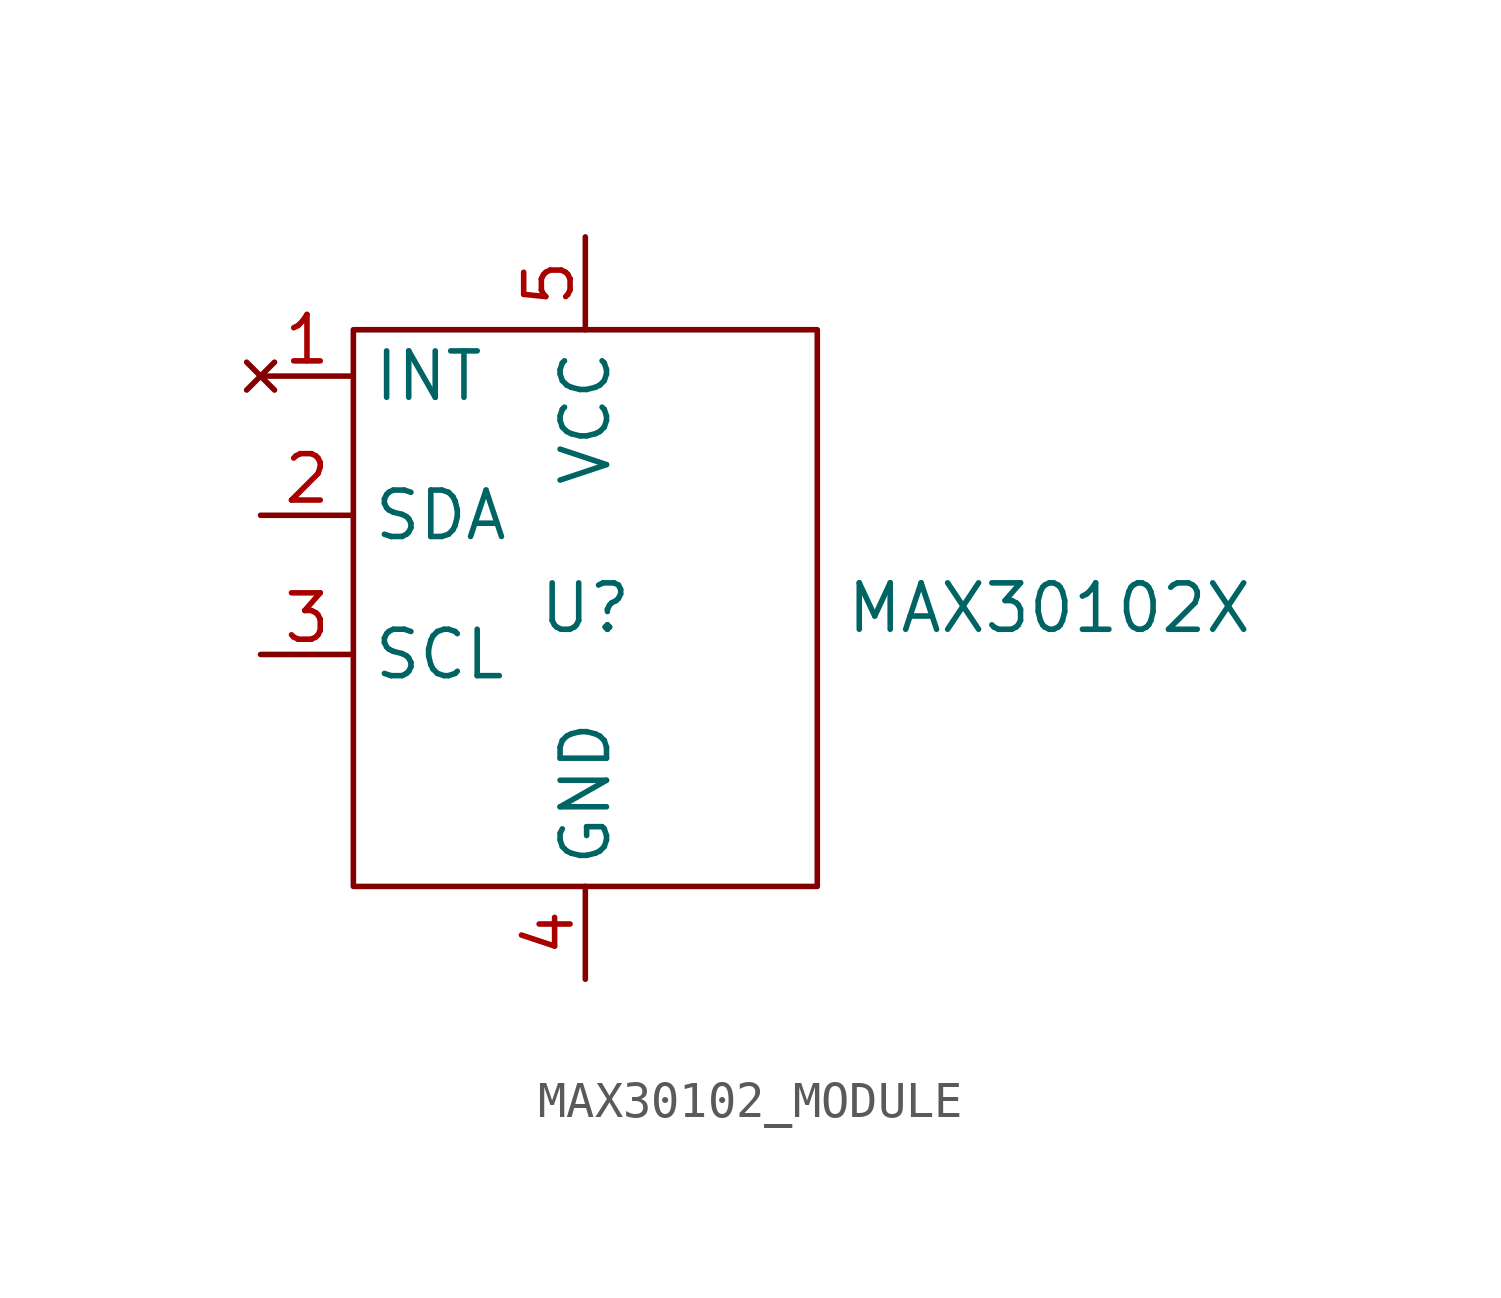
<source format=kicad_sym>
(kicad_symbol_lib
  (version 20241209)
  (generator "kicad_symbol_editor")
  (generator_version "9.0")
  (symbol "MAX30102_MODULE"
    (property "Reference" "U"
      (at 0 0 0)
      (effects (font (size 1.27 1.27))))
    (property "Value" "MAX30102X"
      (at 12.7 0 0)
      (effects (font (size 1.27 1.27))))
    (symbol "MAX30102_MODULE_0_1"
      (rectangle (start -6.35 7.62) (end 6.35 -7.62) (stroke (width 0) (type default)) (fill (type none))))
    (symbol "MAX30102_MODULE_1_1"
      (pin no_connect line (at -8.89 6.35 0) (length 2.54) (name "INT" (effects (font (size 1.27 1.27)))) (number "1" (effects (font (size 1.27 1.27)))))
      (pin bidirectional line (at -8.89 2.54 0) (length 2.54) (name "SDA" (effects (font (size 1.27 1.27)))) (number "2" (effects (font (size 1.27 1.27)))))
      (pin input line (at -8.89 -1.27 0) (length 2.54) (name "SCL" (effects (font (size 1.27 1.27)))) (number "3" (effects (font (size 1.27 1.27)))))
      (pin power_in line (at 0 10.16 270) (length 2.54) (name "VCC" (effects (font (size 1.27 1.27)))) (number "5" (effects (font (size 1.27 1.27)))))
      (pin power_in line (at 0 -10.16 90) (length 2.54) (name "GND" (effects (font (size 1.27 1.27)))) (number "4" (effects (font (size 1.27 1.27))))))))
</source>
